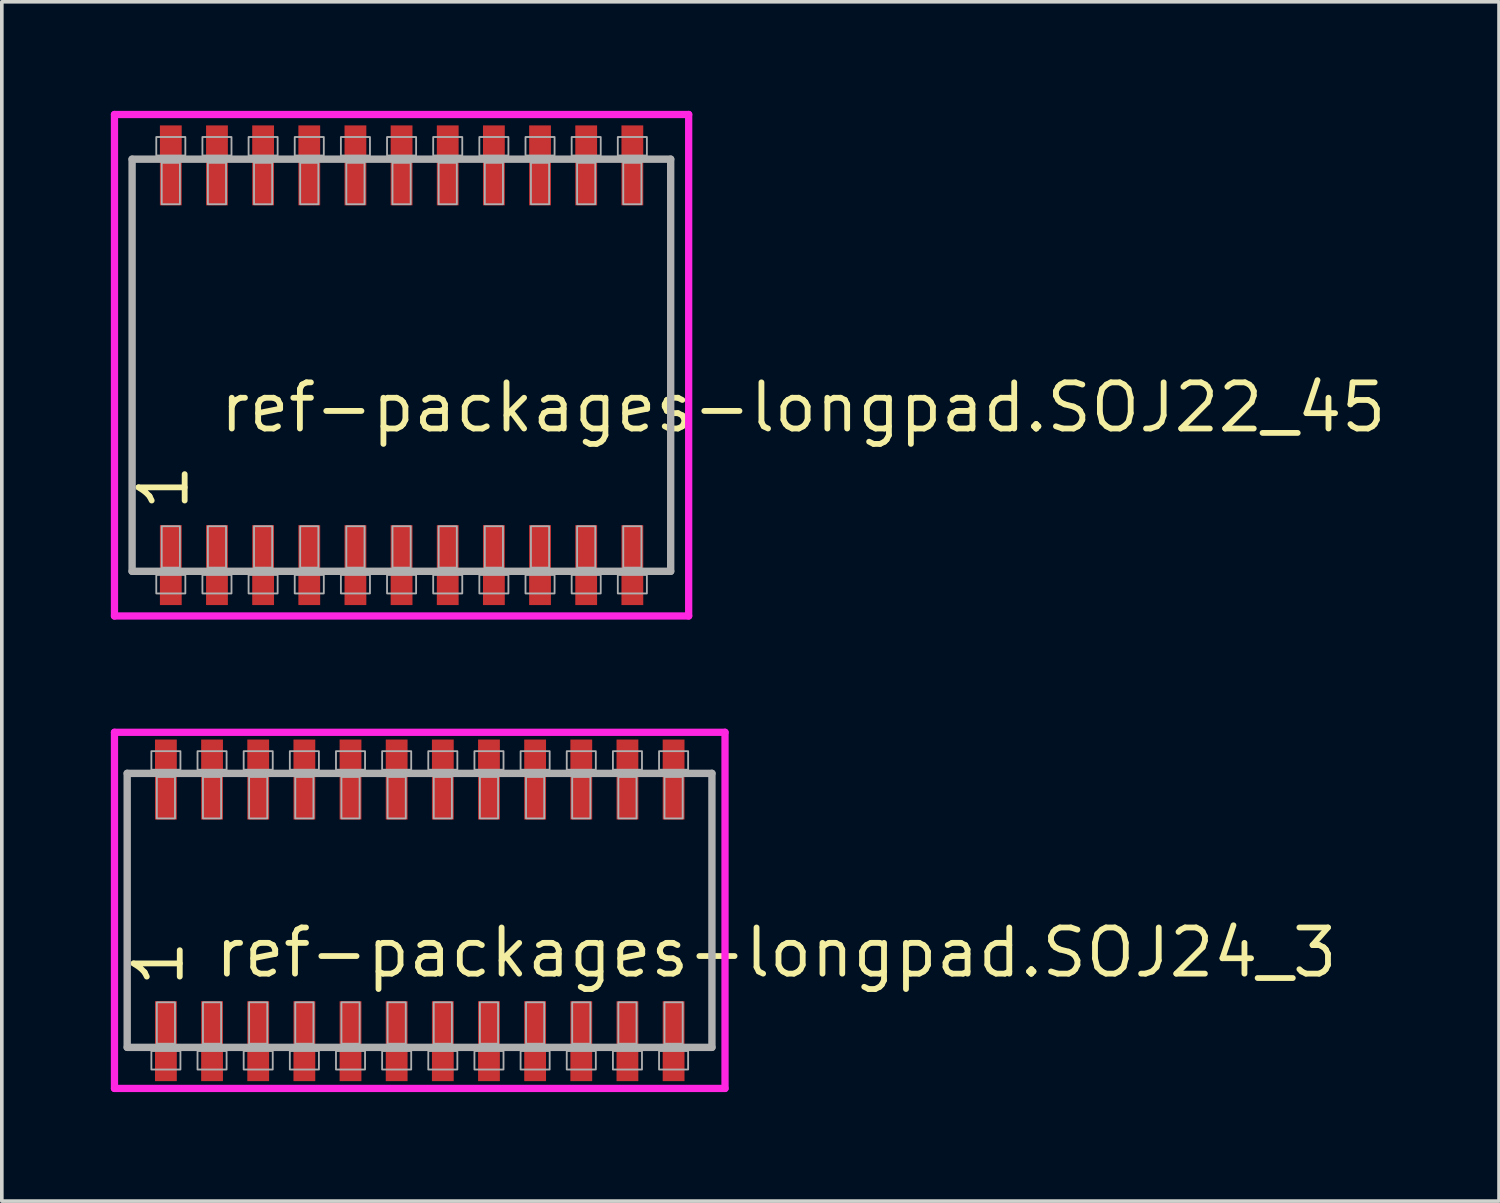
<source format=kicad_pcb>
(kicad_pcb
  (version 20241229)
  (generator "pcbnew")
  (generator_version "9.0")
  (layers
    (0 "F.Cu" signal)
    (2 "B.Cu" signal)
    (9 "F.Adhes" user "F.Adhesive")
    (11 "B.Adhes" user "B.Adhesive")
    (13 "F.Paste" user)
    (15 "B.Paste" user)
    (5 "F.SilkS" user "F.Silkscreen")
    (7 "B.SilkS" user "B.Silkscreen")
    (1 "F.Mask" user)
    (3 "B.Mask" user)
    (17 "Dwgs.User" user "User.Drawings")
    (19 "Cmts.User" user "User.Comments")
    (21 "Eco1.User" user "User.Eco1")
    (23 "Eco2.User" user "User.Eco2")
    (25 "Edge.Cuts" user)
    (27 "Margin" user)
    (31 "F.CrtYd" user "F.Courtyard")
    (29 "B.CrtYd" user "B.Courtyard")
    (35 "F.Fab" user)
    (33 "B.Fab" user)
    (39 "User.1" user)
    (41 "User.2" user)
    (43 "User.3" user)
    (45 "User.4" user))
  (footprint "ref-packages-longpad.SOJ24_3"
    (layer "F.Cu")
    (at 8.5 22)
    (property "Reference" "ref-packages-longpad.SOJ24_3" (at -5.715 1.905 0) (layer "F.SilkS") (effects (font (size 1.27 1.27) (thickness 0.16)) (justify left bottom)))
    (attr smd)
    (fp_line (start -8.4 -4.9) (end 8.4 -4.9) (stroke (width 0.2) (type default)) (layer "F.CrtYd"))
    (fp_line (start -8.4 4.9) (end -8.4 -4.9) (stroke (width 0.2) (type default)) (layer "F.CrtYd"))
    (fp_line (start 8.4 -4.9) (end 8.4 4.9) (stroke (width 0.2) (type default)) (layer "F.CrtYd"))
    (fp_line (start 8.4 4.9) (end -8.4 4.9) (stroke (width 0.2) (type default)) (layer "F.CrtYd"))
    (fp_line (start -8.05 -3.77) (end 8.04 -3.77) (stroke (width 0.203) (type default)) (layer "F.Fab"))
    (fp_line (start -8.05 3.77) (end -8.05 -3.77) (stroke (width 0.203) (type default)) (layer "F.Fab"))
    (fp_line (start 8.04 -3.77) (end 8.04 3.77) (stroke (width 0.203) (type default)) (layer "F.Fab"))
    (fp_line (start 8.04 3.77) (end -8.05 3.77) (stroke (width 0.203) (type default)) (layer "F.Fab"))
    (fp_rect (start -7.385 -3.87) (end -6.585 -4.38) (stroke (width 0.05) (type default)) (fill no) (layer "F.Fab"))
    (fp_rect (start -7.385 4.38) (end -6.585 3.87) (stroke (width 0.05) (type default)) (fill no) (layer "F.Fab"))
    (fp_rect (start -7.235 -2.53) (end -6.735 -3.67) (stroke (width 0.05) (type default)) (fill no) (layer "F.Fab"))
    (fp_rect (start -7.235 3.67) (end -6.735 2.53) (stroke (width 0.05) (type default)) (fill no) (layer "F.Fab"))
    (fp_rect (start -6.115 -3.87) (end -5.315 -4.38) (stroke (width 0.05) (type default)) (fill no) (layer "F.Fab"))
    (fp_rect (start -6.115 4.38) (end -5.315 3.87) (stroke (width 0.05) (type default)) (fill no) (layer "F.Fab"))
    (fp_rect (start -5.965 -2.53) (end -5.465 -3.67) (stroke (width 0.05) (type default)) (fill no) (layer "F.Fab"))
    (fp_rect (start -5.965 3.67) (end -5.465 2.53) (stroke (width 0.05) (type default)) (fill no) (layer "F.Fab"))
    (fp_rect (start -4.845 -3.87) (end -4.045 -4.38) (stroke (width 0.05) (type default)) (fill no) (layer "F.Fab"))
    (fp_rect (start -4.845 4.38) (end -4.045 3.87) (stroke (width 0.05) (type default)) (fill no) (layer "F.Fab"))
    (fp_rect (start -4.695 -2.53) (end -4.195 -3.67) (stroke (width 0.05) (type default)) (fill no) (layer "F.Fab"))
    (fp_rect (start -4.695 3.67) (end -4.195 2.53) (stroke (width 0.05) (type default)) (fill no) (layer "F.Fab"))
    (fp_rect (start -3.575 -3.87) (end -2.775 -4.38) (stroke (width 0.05) (type default)) (fill no) (layer "F.Fab"))
    (fp_rect (start -3.575 4.38) (end -2.775 3.87) (stroke (width 0.05) (type default)) (fill no) (layer "F.Fab"))
    (fp_rect (start -3.425 -2.53) (end -2.925 -3.67) (stroke (width 0.05) (type default)) (fill no) (layer "F.Fab"))
    (fp_rect (start -3.425 3.67) (end -2.925 2.53) (stroke (width 0.05) (type default)) (fill no) (layer "F.Fab"))
    (fp_rect (start -2.305 -3.87) (end -1.505 -4.38) (stroke (width 0.05) (type default)) (fill no) (layer "F.Fab"))
    (fp_rect (start -2.305 4.38) (end -1.505 3.87) (stroke (width 0.05) (type default)) (fill no) (layer "F.Fab"))
    (fp_rect (start -2.155 -2.53) (end -1.655 -3.67) (stroke (width 0.05) (type default)) (fill no) (layer "F.Fab"))
    (fp_rect (start -2.155 3.67) (end -1.655 2.53) (stroke (width 0.05) (type default)) (fill no) (layer "F.Fab"))
    (fp_rect (start -1.035 -3.87) (end -0.235 -4.38) (stroke (width 0.05) (type default)) (fill no) (layer "F.Fab"))
    (fp_rect (start -1.035 4.38) (end -0.235 3.87) (stroke (width 0.05) (type default)) (fill no) (layer "F.Fab"))
    (fp_rect (start -0.885 -2.53) (end -0.385 -3.67) (stroke (width 0.05) (type default)) (fill no) (layer "F.Fab"))
    (fp_rect (start -0.885 3.67) (end -0.385 2.53) (stroke (width 0.05) (type default)) (fill no) (layer "F.Fab"))
    (fp_rect (start 0.235 -3.87) (end 1.035 -4.38) (stroke (width 0.05) (type default)) (fill no) (layer "F.Fab"))
    (fp_rect (start 0.235 4.38) (end 1.035 3.87) (stroke (width 0.05) (type default)) (fill no) (layer "F.Fab"))
    (fp_rect (start 0.385 -2.53) (end 0.885 -3.67) (stroke (width 0.05) (type default)) (fill no) (layer "F.Fab"))
    (fp_rect (start 0.385 3.67) (end 0.885 2.53) (stroke (width 0.05) (type default)) (fill no) (layer "F.Fab"))
    (fp_rect (start 1.505 -3.87) (end 2.305 -4.38) (stroke (width 0.05) (type default)) (fill no) (layer "F.Fab"))
    (fp_rect (start 1.505 4.38) (end 2.305 3.87) (stroke (width 0.05) (type default)) (fill no) (layer "F.Fab"))
    (fp_rect (start 1.655 -2.53) (end 2.155 -3.67) (stroke (width 0.05) (type default)) (fill no) (layer "F.Fab"))
    (fp_rect (start 1.655 3.67) (end 2.155 2.53) (stroke (width 0.05) (type default)) (fill no) (layer "F.Fab"))
    (fp_rect (start 2.775 -3.87) (end 3.575 -4.38) (stroke (width 0.05) (type default)) (fill no) (layer "F.Fab"))
    (fp_rect (start 2.775 4.38) (end 3.575 3.87) (stroke (width 0.05) (type default)) (fill no) (layer "F.Fab"))
    (fp_rect (start 2.925 -2.53) (end 3.425 -3.67) (stroke (width 0.05) (type default)) (fill no) (layer "F.Fab"))
    (fp_rect (start 2.925 3.67) (end 3.425 2.53) (stroke (width 0.05) (type default)) (fill no) (layer "F.Fab"))
    (fp_rect (start 4.045 -3.87) (end 4.845 -4.38) (stroke (width 0.05) (type default)) (fill no) (layer "F.Fab"))
    (fp_rect (start 4.045 4.38) (end 4.845 3.87) (stroke (width 0.05) (type default)) (fill no) (layer "F.Fab"))
    (fp_rect (start 4.195 -2.53) (end 4.695 -3.67) (stroke (width 0.05) (type default)) (fill no) (layer "F.Fab"))
    (fp_rect (start 4.195 3.67) (end 4.695 2.53) (stroke (width 0.05) (type default)) (fill no) (layer "F.Fab"))
    (fp_rect (start 5.315 -3.87) (end 6.115 -4.38) (stroke (width 0.05) (type default)) (fill no) (layer "F.Fab"))
    (fp_rect (start 5.315 4.38) (end 6.115 3.87) (stroke (width 0.05) (type default)) (fill no) (layer "F.Fab"))
    (fp_rect (start 5.465 -2.53) (end 5.965 -3.67) (stroke (width 0.05) (type default)) (fill no) (layer "F.Fab"))
    (fp_rect (start 5.465 3.67) (end 5.965 2.53) (stroke (width 0.05) (type default)) (fill no) (layer "F.Fab"))
    (fp_rect (start 6.585 -3.87) (end 7.385 -4.38) (stroke (width 0.05) (type default)) (fill no) (layer "F.Fab"))
    (fp_rect (start 6.585 4.38) (end 7.385 3.87) (stroke (width 0.05) (type default)) (fill no) (layer "F.Fab"))
    (fp_rect (start 6.735 -2.53) (end 7.235 -3.67) (stroke (width 0.05) (type default)) (fill no) (layer "F.Fab"))
    (fp_rect (start 6.735 3.67) (end 7.235 2.53) (stroke (width 0.05) (type default)) (fill no) (layer "F.Fab"))
    (fp_text user "1" (at -6.44 2.17 90) (layer "F.SilkS") (effects (font (size 1.27 1.27) (thickness 0.16)) (justify left bottom)))
    (pad "1" smd roundrect (at -6.985 3.6) (size 0.6 2.2) (layers "F.Cu" "F.Mask" "F.Paste") (roundrect_rratio 0.01))
    (pad "2" smd roundrect (at -5.715 3.6) (size 0.6 2.2) (layers "F.Cu" "F.Mask" "F.Paste") (roundrect_rratio 0.01))
    (pad "3" smd roundrect (at -4.445 3.6) (size 0.6 2.2) (layers "F.Cu" "F.Mask" "F.Paste") (roundrect_rratio 0.01))
    (pad "4" smd roundrect (at -3.175 3.6) (size 0.6 2.2) (layers "F.Cu" "F.Mask" "F.Paste") (roundrect_rratio 0.01))
    (pad "5" smd roundrect (at -1.905 3.6) (size 0.6 2.2) (layers "F.Cu" "F.Mask" "F.Paste") (roundrect_rratio 0.01))
    (pad "6" smd roundrect (at -0.635 3.6) (size 0.6 2.2) (layers "F.Cu" "F.Mask" "F.Paste") (roundrect_rratio 0.01))
    (pad "7" smd roundrect (at 0.635 3.6) (size 0.6 2.2) (layers "F.Cu" "F.Mask" "F.Paste") (roundrect_rratio 0.01))
    (pad "8" smd roundrect (at 1.905 3.6) (size 0.6 2.2) (layers "F.Cu" "F.Mask" "F.Paste") (roundrect_rratio 0.01))
    (pad "9" smd roundrect (at 3.175 3.6) (size 0.6 2.2) (layers "F.Cu" "F.Mask" "F.Paste") (roundrect_rratio 0.01))
    (pad "10" smd roundrect (at 4.445 3.6) (size 0.6 2.2) (layers "F.Cu" "F.Mask" "F.Paste") (roundrect_rratio 0.01))
    (pad "11" smd roundrect (at 5.715 3.6) (size 0.6 2.2) (layers "F.Cu" "F.Mask" "F.Paste") (roundrect_rratio 0.01))
    (pad "12" smd roundrect (at 6.985 3.6) (size 0.6 2.2) (layers "F.Cu" "F.Mask" "F.Paste") (roundrect_rratio 0.01))
    (pad "13" smd roundrect (at 6.985 -3.6) (size 0.6 2.2) (layers "F.Cu" "F.Mask" "F.Paste") (roundrect_rratio 0.01))
    (pad "14" smd roundrect (at 5.715 -3.6) (size 0.6 2.2) (layers "F.Cu" "F.Mask" "F.Paste") (roundrect_rratio 0.01))
    (pad "15" smd roundrect (at 4.445 -3.6) (size 0.6 2.2) (layers "F.Cu" "F.Mask" "F.Paste") (roundrect_rratio 0.01))
    (pad "16" smd roundrect (at 3.175 -3.6) (size 0.6 2.2) (layers "F.Cu" "F.Mask" "F.Paste") (roundrect_rratio 0.01))
    (pad "17" smd roundrect (at 1.905 -3.6) (size 0.6 2.2) (layers "F.Cu" "F.Mask" "F.Paste") (roundrect_rratio 0.01))
    (pad "18" smd roundrect (at 0.635 -3.6) (size 0.6 2.2) (layers "F.Cu" "F.Mask" "F.Paste") (roundrect_rratio 0.01))
    (pad "19" smd roundrect (at -0.635 -3.6) (size 0.6 2.2) (layers "F.Cu" "F.Mask" "F.Paste") (roundrect_rratio 0.01))
    (pad "20" smd roundrect (at -1.905 -3.6) (size 0.6 2.2) (layers "F.Cu" "F.Mask" "F.Paste") (roundrect_rratio 0.01))
    (pad "21" smd roundrect (at -3.175 -3.6) (size 0.6 2.2) (layers "F.Cu" "F.Mask" "F.Paste") (roundrect_rratio 0.01))
    (pad "22" smd roundrect (at -4.445 -3.6) (size 0.6 2.2) (layers "F.Cu" "F.Mask" "F.Paste") (roundrect_rratio 0.01))
    (pad "23" smd roundrect (at -5.715 -3.6) (size 0.6 2.2) (layers "F.Cu" "F.Mask" "F.Paste") (roundrect_rratio 0.01))
    (pad "24" smd roundrect (at -6.985 -3.6) (size 0.6 2.2) (layers "F.Cu" "F.Mask" "F.Paste") (roundrect_rratio 0.01)))
  (footprint "ref-packages-longpad.SOJ22_45"
    (layer "F.Cu")
    (at 8 7)
    (property "Reference" "ref-packages-longpad.SOJ22_45" (at -5.08 1.905 0) (layer "F.SilkS") (effects (font (size 1.27 1.27) (thickness 0.16)) (justify left bottom)))
    (attr smd)
    (fp_line (start -7.9 -6.9) (end 7.9 -6.9) (stroke (width 0.2) (type default)) (layer "F.CrtYd"))
    (fp_line (start -7.9 6.9) (end -7.9 -6.9) (stroke (width 0.2) (type default)) (layer "F.CrtYd"))
    (fp_line (start 7.9 -6.9) (end 7.9 6.9) (stroke (width 0.2) (type default)) (layer "F.CrtYd"))
    (fp_line (start 7.9 6.9) (end -7.9 6.9) (stroke (width 0.2) (type default)) (layer "F.CrtYd"))
    (fp_line (start -7.415 -5.67) (end 7.405 -5.67) (stroke (width 0.203) (type default)) (layer "F.Fab"))
    (fp_line (start -7.415 5.67) (end -7.415 -5.67) (stroke (width 0.203) (type default)) (layer "F.Fab"))
    (fp_line (start 7.405 -5.67) (end 7.405 5.67) (stroke (width 0.203) (type default)) (layer "F.Fab"))
    (fp_line (start 7.405 5.67) (end -7.415 5.67) (stroke (width 0.203) (type default)) (layer "F.Fab"))
    (fp_rect (start -6.75 -5.77) (end -5.95 -6.28) (stroke (width 0.05) (type default)) (fill no) (layer "F.Fab"))
    (fp_rect (start -6.75 6.28) (end -5.95 5.77) (stroke (width 0.05) (type default)) (fill no) (layer "F.Fab"))
    (fp_rect (start -6.6 -4.43) (end -6.1 -5.57) (stroke (width 0.05) (type default)) (fill no) (layer "F.Fab"))
    (fp_rect (start -6.6 5.57) (end -6.1 4.43) (stroke (width 0.05) (type default)) (fill no) (layer "F.Fab"))
    (fp_rect (start -5.48 -5.77) (end -4.68 -6.28) (stroke (width 0.05) (type default)) (fill no) (layer "F.Fab"))
    (fp_rect (start -5.48 6.28) (end -4.68 5.77) (stroke (width 0.05) (type default)) (fill no) (layer "F.Fab"))
    (fp_rect (start -5.33 -4.43) (end -4.83 -5.57) (stroke (width 0.05) (type default)) (fill no) (layer "F.Fab"))
    (fp_rect (start -5.33 5.57) (end -4.83 4.43) (stroke (width 0.05) (type default)) (fill no) (layer "F.Fab"))
    (fp_rect (start -4.21 -5.77) (end -3.41 -6.28) (stroke (width 0.05) (type default)) (fill no) (layer "F.Fab"))
    (fp_rect (start -4.21 6.28) (end -3.41 5.77) (stroke (width 0.05) (type default)) (fill no) (layer "F.Fab"))
    (fp_rect (start -4.06 -4.43) (end -3.56 -5.57) (stroke (width 0.05) (type default)) (fill no) (layer "F.Fab"))
    (fp_rect (start -4.06 5.57) (end -3.56 4.43) (stroke (width 0.05) (type default)) (fill no) (layer "F.Fab"))
    (fp_rect (start -2.94 -5.77) (end -2.14 -6.28) (stroke (width 0.05) (type default)) (fill no) (layer "F.Fab"))
    (fp_rect (start -2.94 6.28) (end -2.14 5.77) (stroke (width 0.05) (type default)) (fill no) (layer "F.Fab"))
    (fp_rect (start -2.79 -4.43) (end -2.29 -5.57) (stroke (width 0.05) (type default)) (fill no) (layer "F.Fab"))
    (fp_rect (start -2.79 5.57) (end -2.29 4.43) (stroke (width 0.05) (type default)) (fill no) (layer "F.Fab"))
    (fp_rect (start -1.67 -5.77) (end -0.87 -6.28) (stroke (width 0.05) (type default)) (fill no) (layer "F.Fab"))
    (fp_rect (start -1.67 6.28) (end -0.87 5.77) (stroke (width 0.05) (type default)) (fill no) (layer "F.Fab"))
    (fp_rect (start -1.52 -4.43) (end -1.02 -5.57) (stroke (width 0.05) (type default)) (fill no) (layer "F.Fab"))
    (fp_rect (start -1.52 5.57) (end -1.02 4.43) (stroke (width 0.05) (type default)) (fill no) (layer "F.Fab"))
    (fp_rect (start -0.4 -5.77) (end 0.4 -6.28) (stroke (width 0.05) (type default)) (fill no) (layer "F.Fab"))
    (fp_rect (start -0.4 6.28) (end 0.4 5.77) (stroke (width 0.05) (type default)) (fill no) (layer "F.Fab"))
    (fp_rect (start -0.25 -4.43) (end 0.25 -5.57) (stroke (width 0.05) (type default)) (fill no) (layer "F.Fab"))
    (fp_rect (start -0.25 5.57) (end 0.25 4.43) (stroke (width 0.05) (type default)) (fill no) (layer "F.Fab"))
    (fp_rect (start 0.87 -5.77) (end 1.67 -6.28) (stroke (width 0.05) (type default)) (fill no) (layer "F.Fab"))
    (fp_rect (start 0.87 6.28) (end 1.67 5.77) (stroke (width 0.05) (type default)) (fill no) (layer "F.Fab"))
    (fp_rect (start 1.02 -4.43) (end 1.52 -5.57) (stroke (width 0.05) (type default)) (fill no) (layer "F.Fab"))
    (fp_rect (start 1.02 5.57) (end 1.52 4.43) (stroke (width 0.05) (type default)) (fill no) (layer "F.Fab"))
    (fp_rect (start 2.14 -5.77) (end 2.94 -6.28) (stroke (width 0.05) (type default)) (fill no) (layer "F.Fab"))
    (fp_rect (start 2.14 6.28) (end 2.94 5.77) (stroke (width 0.05) (type default)) (fill no) (layer "F.Fab"))
    (fp_rect (start 2.29 -4.43) (end 2.79 -5.57) (stroke (width 0.05) (type default)) (fill no) (layer "F.Fab"))
    (fp_rect (start 2.29 5.57) (end 2.79 4.43) (stroke (width 0.05) (type default)) (fill no) (layer "F.Fab"))
    (fp_rect (start 3.41 -5.77) (end 4.21 -6.28) (stroke (width 0.05) (type default)) (fill no) (layer "F.Fab"))
    (fp_rect (start 3.41 6.28) (end 4.21 5.77) (stroke (width 0.05) (type default)) (fill no) (layer "F.Fab"))
    (fp_rect (start 3.56 -4.43) (end 4.06 -5.57) (stroke (width 0.05) (type default)) (fill no) (layer "F.Fab"))
    (fp_rect (start 3.56 5.57) (end 4.06 4.43) (stroke (width 0.05) (type default)) (fill no) (layer "F.Fab"))
    (fp_rect (start 4.68 -5.77) (end 5.48 -6.28) (stroke (width 0.05) (type default)) (fill no) (layer "F.Fab"))
    (fp_rect (start 4.68 6.28) (end 5.48 5.77) (stroke (width 0.05) (type default)) (fill no) (layer "F.Fab"))
    (fp_rect (start 4.83 -4.43) (end 5.33 -5.57) (stroke (width 0.05) (type default)) (fill no) (layer "F.Fab"))
    (fp_rect (start 4.83 5.57) (end 5.33 4.43) (stroke (width 0.05) (type default)) (fill no) (layer "F.Fab"))
    (fp_rect (start 5.95 -5.77) (end 6.75 -6.28) (stroke (width 0.05) (type default)) (fill no) (layer "F.Fab"))
    (fp_rect (start 5.95 6.28) (end 6.75 5.77) (stroke (width 0.05) (type default)) (fill no) (layer "F.Fab"))
    (fp_rect (start 6.1 -4.43) (end 6.6 -5.57) (stroke (width 0.05) (type default)) (fill no) (layer "F.Fab"))
    (fp_rect (start 6.1 5.57) (end 6.6 4.43) (stroke (width 0.05) (type default)) (fill no) (layer "F.Fab"))
    (fp_text user "1" (at -5.805 4.07 90) (layer "F.SilkS") (effects (font (size 1.27 1.27) (thickness 0.16)) (justify left bottom)))
    (pad "1" smd roundrect (at -6.35 5.5) (size 0.6 2.2) (layers "F.Cu" "F.Mask" "F.Paste") (roundrect_rratio 0.01))
    (pad "2" smd roundrect (at -5.08 5.5) (size 0.6 2.2) (layers "F.Cu" "F.Mask" "F.Paste") (roundrect_rratio 0.01))
    (pad "3" smd roundrect (at -3.81 5.5) (size 0.6 2.2) (layers "F.Cu" "F.Mask" "F.Paste") (roundrect_rratio 0.01))
    (pad "4" smd roundrect (at -2.54 5.5) (size 0.6 2.2) (layers "F.Cu" "F.Mask" "F.Paste") (roundrect_rratio 0.01))
    (pad "5" smd roundrect (at -1.27 5.5) (size 0.6 2.2) (layers "F.Cu" "F.Mask" "F.Paste") (roundrect_rratio 0.01))
    (pad "6" smd roundrect (at 0 5.5) (size 0.6 2.2) (layers "F.Cu" "F.Mask" "F.Paste") (roundrect_rratio 0.01))
    (pad "7" smd roundrect (at 1.27 5.5) (size 0.6 2.2) (layers "F.Cu" "F.Mask" "F.Paste") (roundrect_rratio 0.01))
    (pad "8" smd roundrect (at 2.54 5.5) (size 0.6 2.2) (layers "F.Cu" "F.Mask" "F.Paste") (roundrect_rratio 0.01))
    (pad "9" smd roundrect (at 3.81 5.5) (size 0.6 2.2) (layers "F.Cu" "F.Mask" "F.Paste") (roundrect_rratio 0.01))
    (pad "10" smd roundrect (at 5.08 5.5) (size 0.6 2.2) (layers "F.Cu" "F.Mask" "F.Paste") (roundrect_rratio 0.01))
    (pad "11" smd roundrect (at 6.35 5.5) (size 0.6 2.2) (layers "F.Cu" "F.Mask" "F.Paste") (roundrect_rratio 0.01))
    (pad "12" smd roundrect (at 6.35 -5.5) (size 0.6 2.2) (layers "F.Cu" "F.Mask" "F.Paste") (roundrect_rratio 0.01))
    (pad "13" smd roundrect (at 5.08 -5.5) (size 0.6 2.2) (layers "F.Cu" "F.Mask" "F.Paste") (roundrect_rratio 0.01))
    (pad "14" smd roundrect (at 3.81 -5.5) (size 0.6 2.2) (layers "F.Cu" "F.Mask" "F.Paste") (roundrect_rratio 0.01))
    (pad "15" smd roundrect (at 2.54 -5.5) (size 0.6 2.2) (layers "F.Cu" "F.Mask" "F.Paste") (roundrect_rratio 0.01))
    (pad "16" smd roundrect (at 1.27 -5.5) (size 0.6 2.2) (layers "F.Cu" "F.Mask" "F.Paste") (roundrect_rratio 0.01))
    (pad "17" smd roundrect (at 0 -5.5) (size 0.6 2.2) (layers "F.Cu" "F.Mask" "F.Paste") (roundrect_rratio 0.01))
    (pad "18" smd roundrect (at -1.27 -5.5) (size 0.6 2.2) (layers "F.Cu" "F.Mask" "F.Paste") (roundrect_rratio 0.01))
    (pad "19" smd roundrect (at -2.54 -5.5) (size 0.6 2.2) (layers "F.Cu" "F.Mask" "F.Paste") (roundrect_rratio 0.01))
    (pad "20" smd roundrect (at -3.81 -5.5) (size 0.6 2.2) (layers "F.Cu" "F.Mask" "F.Paste") (roundrect_rratio 0.01))
    (pad "21" smd roundrect (at -5.08 -5.5) (size 0.6 2.2) (layers "F.Cu" "F.Mask" "F.Paste") (roundrect_rratio 0.01))
    (pad "22" smd roundrect (at -6.35 -5.5) (size 0.6 2.2) (layers "F.Cu" "F.Mask" "F.Paste") (roundrect_rratio 0.01)))
  (gr_rect
    (start -3 -3)
    (end 38.198 30)
    (stroke (width 0.1) (type default))
    (fill no)
    (layer "Edge.Cuts")))
</source>
